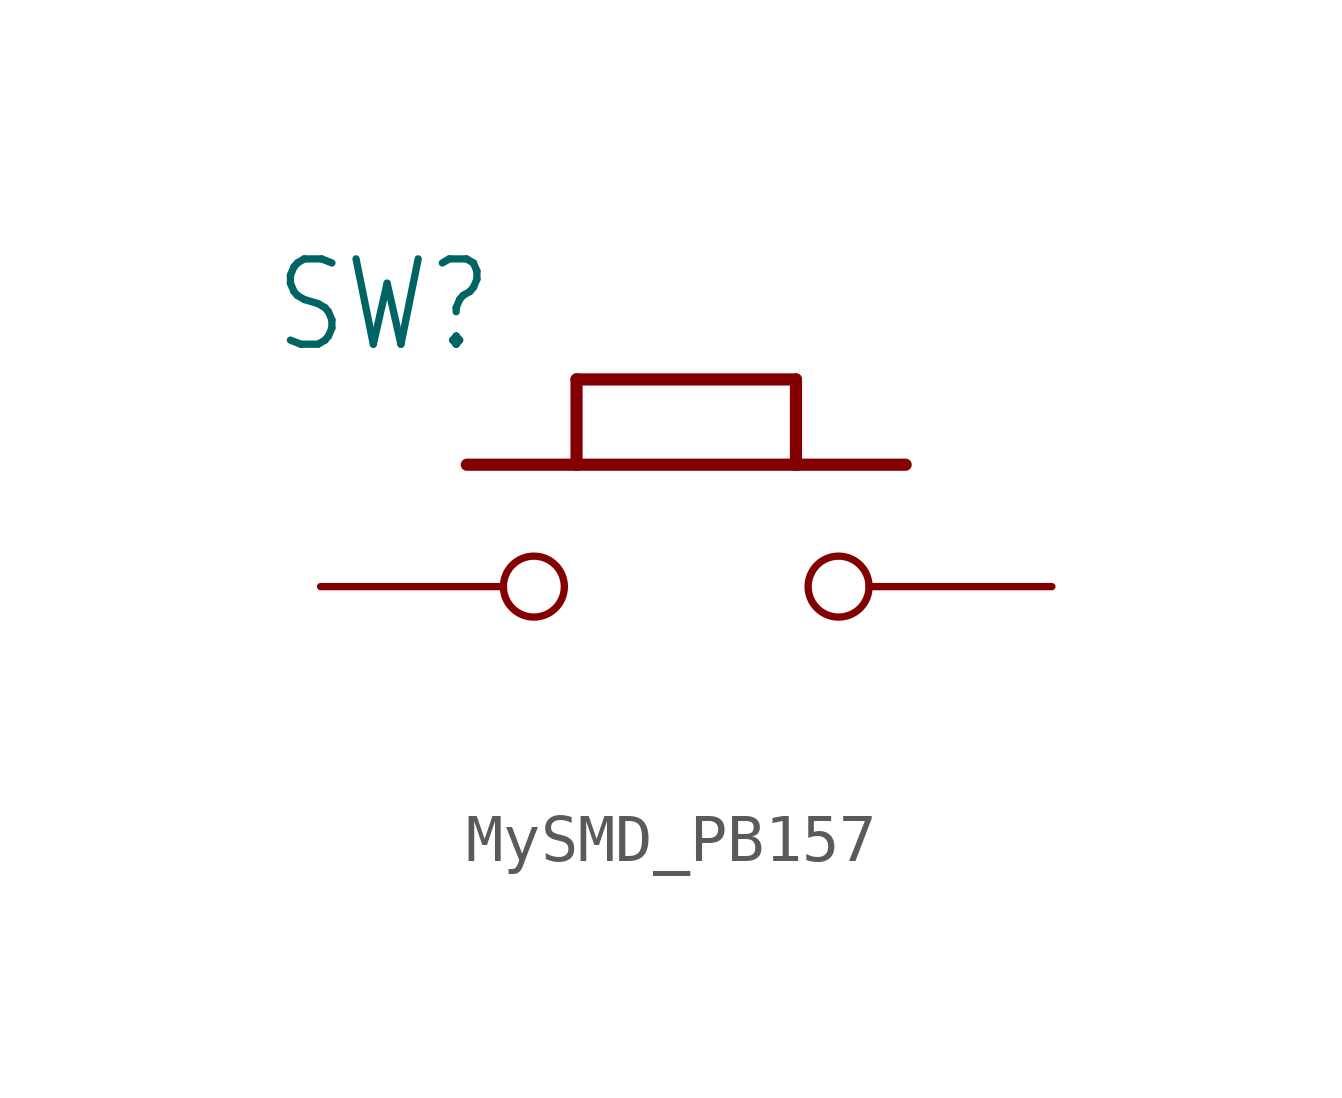
<source format=kicad_sym>
(kicad_symbol_lib
  (version 20231120)
  (generator "kicad_symbol_editor")
  (generator_version "8.0")
  (symbol "MySMD_PB157"
    (property "Reference" "SW"
      (at -8.636 4.826 0)
      (effects (font (size 1.778 1.511)) (justify left bottom)))
    (property "Value" ""
      (at -4.318 -3.302 0)
      (effects (font (size 1.778 1.511)) (justify left bottom)))
    (property "ki_locked" ""
      (at 0 0 0)
      (effects (font (size 1.27 1.27))))
    (symbol "MySMD_PB157_1_0"
      (polyline (pts (xy -4.572 2.54) (xy -2.286 2.54)) (stroke (width 0.254) (type solid)) (fill (type none)))
      (polyline (pts (xy -2.286 2.54) (xy -2.286 4.318)) (stroke (width 0.254) (type solid)) (fill (type none)))
      (polyline (pts (xy -2.286 2.54) (xy 2.286 2.54)) (stroke (width 0.254) (type solid)) (fill (type none)))
      (polyline (pts (xy -2.286 4.318) (xy 2.286 4.318)) (stroke (width 0.254) (type solid)) (fill (type none)))
      (polyline (pts (xy 2.286 2.54) (xy 4.572 2.54)) (stroke (width 0.254) (type solid)) (fill (type none)))
      (polyline (pts (xy 2.286 4.318) (xy 2.286 2.54)) (stroke (width 0.254) (type solid)) (fill (type none)))
      (pin passive inverted (at -7.62 0 0) (length 5.08) (name "1" (effects (font (size 0 0)))) (number "1" (effects (font (size 0 0)))))
      (pin passive inverted (at 7.62 0 180) (length 5.08) (name "2" (effects (font (size 0 0)))) (number "2" (effects (font (size 0 0))))))))
</source>
